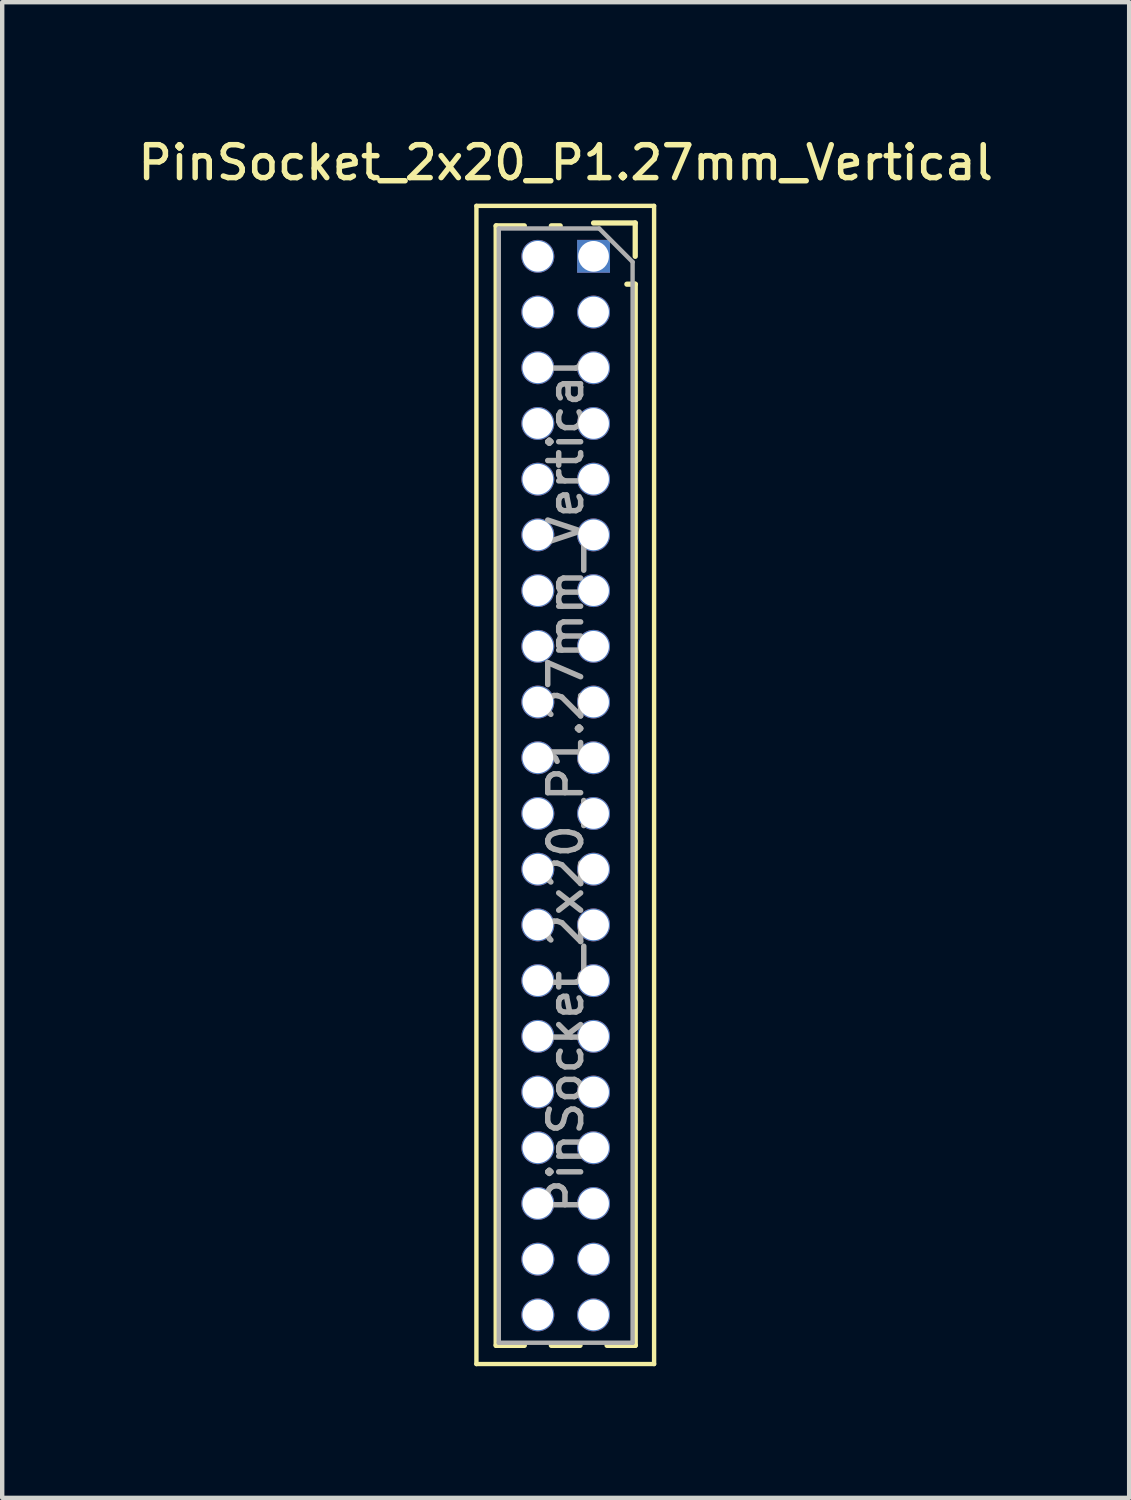
<source format=kicad_pcb>
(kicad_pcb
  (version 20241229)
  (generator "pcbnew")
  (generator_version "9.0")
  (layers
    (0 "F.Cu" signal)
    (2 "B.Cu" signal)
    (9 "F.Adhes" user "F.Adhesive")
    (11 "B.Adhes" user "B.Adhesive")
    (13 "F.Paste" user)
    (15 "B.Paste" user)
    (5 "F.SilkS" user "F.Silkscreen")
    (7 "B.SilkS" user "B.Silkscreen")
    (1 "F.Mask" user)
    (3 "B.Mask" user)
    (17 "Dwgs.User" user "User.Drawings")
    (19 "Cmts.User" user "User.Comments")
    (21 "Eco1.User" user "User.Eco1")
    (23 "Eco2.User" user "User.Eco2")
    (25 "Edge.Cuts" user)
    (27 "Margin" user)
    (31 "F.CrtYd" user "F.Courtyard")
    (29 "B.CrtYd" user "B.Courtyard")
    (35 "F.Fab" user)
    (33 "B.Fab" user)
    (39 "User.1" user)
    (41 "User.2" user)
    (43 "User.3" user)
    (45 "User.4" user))
  (footprint "PinSocket_2x20_P1.27mm_Vertical"
    (layer "F.Cu")
    (at 10.48 2.793)
    (property "Reference" "PinSocket_2x20_P1.27mm_Vertical" (at -0.635 -2.135 0) (layer "F.SilkS") (effects (font (size 0.75 0.75) (thickness 0.125))))
    (attr through_hole)
    (fp_line (start -2.67 -1.15) (end 1.38 -1.15) (stroke (width 0.1) (type solid)) (layer "F.SilkS"))
    (fp_line (start -2.67 25.25) (end -2.67 -1.15) (stroke (width 0.1) (type solid)) (layer "F.SilkS"))
    (fp_line (start -2.22 -0.695) (end -2.22 24.825) (stroke (width 0.12) (type solid)) (layer "F.SilkS"))
    (fp_line (start -2.22 -0.695) (end -1.578 -0.695) (stroke (width 0.12) (type solid)) (layer "F.SilkS"))
    (fp_line (start -2.22 24.825) (end -1.578 24.825) (stroke (width 0.12) (type solid)) (layer "F.SilkS"))
    (fp_line (start -0.962 -0.695) (end -0.76 -0.695) (stroke (width 0.12) (type solid)) (layer "F.SilkS"))
    (fp_line (start -0.962 24.825) (end -0.308 24.825) (stroke (width 0.12) (type solid)) (layer "F.SilkS"))
    (fp_line (start 0 -0.76) (end 0.95 -0.76) (stroke (width 0.12) (type solid)) (layer "F.SilkS"))
    (fp_line (start 0.308 24.825) (end 0.95 24.825) (stroke (width 0.12) (type solid)) (layer "F.SilkS"))
    (fp_line (start 0.76 0.635) (end 0.95 0.635) (stroke (width 0.12) (type solid)) (layer "F.SilkS"))
    (fp_line (start 0.95 -0.76) (end 0.95 0) (stroke (width 0.12) (type solid)) (layer "F.SilkS"))
    (fp_line (start 0.95 0.635) (end 0.95 24.825) (stroke (width 0.12) (type solid)) (layer "F.SilkS"))
    (fp_line (start 1.38 -1.15) (end 1.38 25.25) (stroke (width 0.1) (type solid)) (layer "F.SilkS"))
    (fp_line (start 1.38 25.25) (end -2.67 25.25) (stroke (width 0.1) (type solid)) (layer "F.SilkS"))
    (fp_line (start -2.16 -0.635) (end 0.128 -0.635) (stroke (width 0.1) (type solid)) (layer "F.Fab"))
    (fp_line (start -2.16 24.765) (end -2.16 -0.635) (stroke (width 0.1) (type solid)) (layer "F.Fab"))
    (fp_line (start 0.128 -0.635) (end 0.89 0.128) (stroke (width 0.1) (type solid)) (layer "F.Fab"))
    (fp_line (start 0.89 0.128) (end 0.89 24.765) (stroke (width 0.1) (type solid)) (layer "F.Fab"))
    (fp_line (start 0.89 24.765) (end -2.16 24.765) (stroke (width 0.1) (type solid)) (layer "F.Fab"))
    (fp_text user "${REFERENCE}" (at -0.635 12.065 90) (layer "F.Fab") (effects (font (size 0.75 0.75) (thickness 0.125))))
    (pad "1" thru_hole rect (at 0 0) (size 0.75 0.75) (drill 0.7) (layers "*.Cu" "*.Mask"))
    (pad "2" thru_hole oval (at -1.27 0) (size 0.75 0.75) (drill 0.7) (layers "*.Cu" "*.Mask"))
    (pad "3" thru_hole oval (at 0 1.27) (size 0.75 0.75) (drill 0.7) (layers "*.Cu" "*.Mask"))
    (pad "4" thru_hole oval (at -1.27 1.27) (size 0.75 0.75) (drill 0.7) (layers "*.Cu" "*.Mask"))
    (pad "5" thru_hole oval (at 0 2.54) (size 0.75 0.75) (drill 0.7) (layers "*.Cu" "*.Mask"))
    (pad "6" thru_hole oval (at -1.27 2.54) (size 0.75 0.75) (drill 0.7) (layers "*.Cu" "*.Mask"))
    (pad "7" thru_hole oval (at 0 3.81) (size 0.75 0.75) (drill 0.7) (layers "*.Cu" "*.Mask"))
    (pad "8" thru_hole oval (at -1.27 3.81) (size 0.75 0.75) (drill 0.7) (layers "*.Cu" "*.Mask"))
    (pad "9" thru_hole oval (at 0 5.08) (size 0.75 0.75) (drill 0.7) (layers "*.Cu" "*.Mask"))
    (pad "10" thru_hole oval (at -1.27 5.08) (size 0.75 0.75) (drill 0.7) (layers "*.Cu" "*.Mask"))
    (pad "11" thru_hole oval (at 0 6.35) (size 0.75 0.75) (drill 0.7) (layers "*.Cu" "*.Mask"))
    (pad "12" thru_hole oval (at -1.27 6.35) (size 0.75 0.75) (drill 0.7) (layers "*.Cu" "*.Mask"))
    (pad "13" thru_hole oval (at 0 7.62) (size 0.75 0.75) (drill 0.7) (layers "*.Cu" "*.Mask"))
    (pad "14" thru_hole oval (at -1.27 7.62) (size 0.75 0.75) (drill 0.7) (layers "*.Cu" "*.Mask"))
    (pad "15" thru_hole oval (at 0 8.89) (size 0.75 0.75) (drill 0.7) (layers "*.Cu" "*.Mask"))
    (pad "16" thru_hole oval (at -1.27 8.89) (size 0.75 0.75) (drill 0.7) (layers "*.Cu" "*.Mask"))
    (pad "17" thru_hole oval (at 0 10.16) (size 0.75 0.75) (drill 0.7) (layers "*.Cu" "*.Mask"))
    (pad "18" thru_hole oval (at -1.27 10.16) (size 0.75 0.75) (drill 0.7) (layers "*.Cu" "*.Mask"))
    (pad "19" thru_hole oval (at 0 11.43) (size 0.75 0.75) (drill 0.7) (layers "*.Cu" "*.Mask"))
    (pad "20" thru_hole oval (at -1.27 11.43) (size 0.75 0.75) (drill 0.7) (layers "*.Cu" "*.Mask"))
    (pad "21" thru_hole oval (at 0 12.7) (size 0.75 0.75) (drill 0.7) (layers "*.Cu" "*.Mask"))
    (pad "22" thru_hole oval (at -1.27 12.7) (size 0.75 0.75) (drill 0.7) (layers "*.Cu" "*.Mask"))
    (pad "23" thru_hole oval (at 0 13.97) (size 0.75 0.75) (drill 0.7) (layers "*.Cu" "*.Mask"))
    (pad "24" thru_hole oval (at -1.27 13.97) (size 0.75 0.75) (drill 0.7) (layers "*.Cu" "*.Mask"))
    (pad "25" thru_hole oval (at 0 15.24) (size 0.75 0.75) (drill 0.7) (layers "*.Cu" "*.Mask"))
    (pad "26" thru_hole oval (at -1.27 15.24) (size 0.75 0.75) (drill 0.7) (layers "*.Cu" "*.Mask"))
    (pad "27" thru_hole oval (at 0 16.51) (size 0.75 0.75) (drill 0.7) (layers "*.Cu" "*.Mask"))
    (pad "28" thru_hole oval (at -1.27 16.51) (size 0.75 0.75) (drill 0.7) (layers "*.Cu" "*.Mask"))
    (pad "29" thru_hole oval (at 0 17.78) (size 0.75 0.75) (drill 0.7) (layers "*.Cu" "*.Mask"))
    (pad "30" thru_hole oval (at -1.27 17.78) (size 0.75 0.75) (drill 0.7) (layers "*.Cu" "*.Mask"))
    (pad "31" thru_hole oval (at 0 19.05) (size 0.75 0.75) (drill 0.7) (layers "*.Cu" "*.Mask"))
    (pad "32" thru_hole oval (at -1.27 19.05) (size 0.75 0.75) (drill 0.7) (layers "*.Cu" "*.Mask"))
    (pad "33" thru_hole oval (at 0 20.32) (size 0.75 0.75) (drill 0.7) (layers "*.Cu" "*.Mask"))
    (pad "34" thru_hole oval (at -1.27 20.32) (size 0.75 0.75) (drill 0.7) (layers "*.Cu" "*.Mask"))
    (pad "35" thru_hole oval (at 0 21.59) (size 0.75 0.75) (drill 0.7) (layers "*.Cu" "*.Mask"))
    (pad "36" thru_hole oval (at -1.27 21.59) (size 0.75 0.75) (drill 0.7) (layers "*.Cu" "*.Mask"))
    (pad "37" thru_hole oval (at 0 22.86) (size 0.75 0.75) (drill 0.7) (layers "*.Cu" "*.Mask"))
    (pad "38" thru_hole oval (at -1.27 22.86) (size 0.75 0.75) (drill 0.7) (layers "*.Cu" "*.Mask"))
    (pad "39" thru_hole oval (at 0 24.13) (size 0.75 0.75) (drill 0.7) (layers "*.Cu" "*.Mask"))
    (pad "40" thru_hole oval (at -1.27 24.13) (size 0.75 0.75) (drill 0.7) (layers "*.Cu" "*.Mask")))
  (gr_rect
    (start -3 -3)
    (end 22.689 31.093)
    (stroke (width 0.1) (type default))
    (fill no)
    (layer "Edge.Cuts")))
</source>
